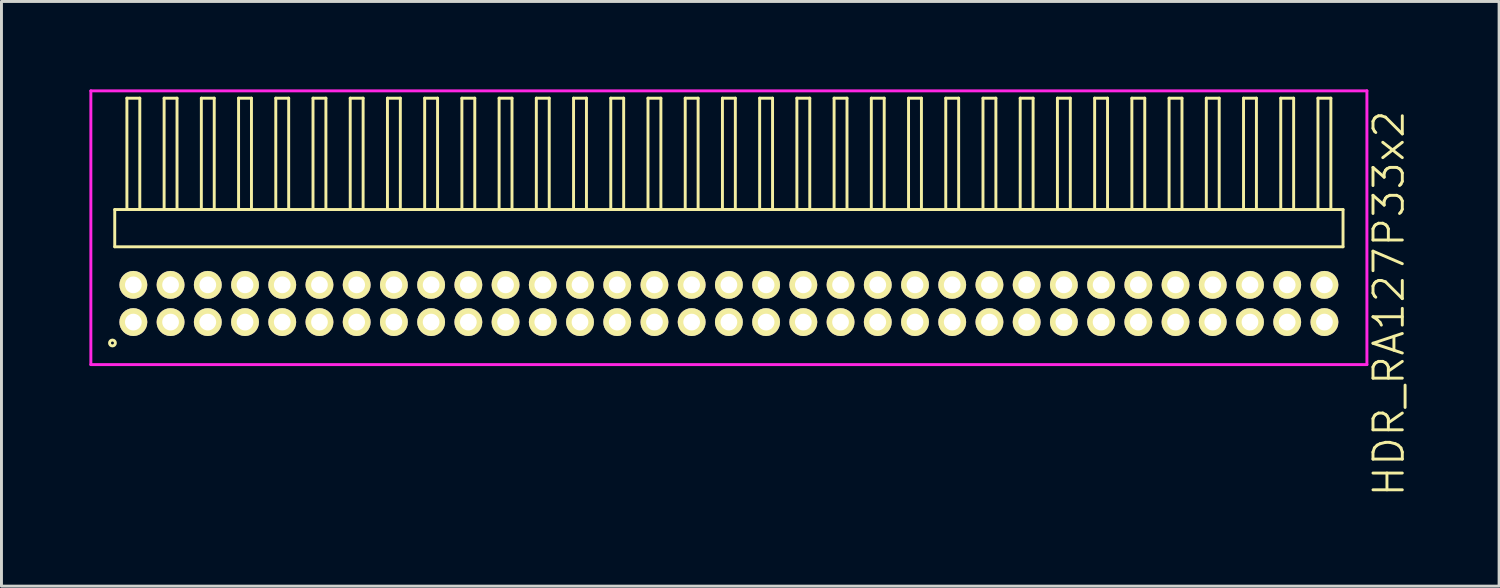
<source format=kicad_pcb>
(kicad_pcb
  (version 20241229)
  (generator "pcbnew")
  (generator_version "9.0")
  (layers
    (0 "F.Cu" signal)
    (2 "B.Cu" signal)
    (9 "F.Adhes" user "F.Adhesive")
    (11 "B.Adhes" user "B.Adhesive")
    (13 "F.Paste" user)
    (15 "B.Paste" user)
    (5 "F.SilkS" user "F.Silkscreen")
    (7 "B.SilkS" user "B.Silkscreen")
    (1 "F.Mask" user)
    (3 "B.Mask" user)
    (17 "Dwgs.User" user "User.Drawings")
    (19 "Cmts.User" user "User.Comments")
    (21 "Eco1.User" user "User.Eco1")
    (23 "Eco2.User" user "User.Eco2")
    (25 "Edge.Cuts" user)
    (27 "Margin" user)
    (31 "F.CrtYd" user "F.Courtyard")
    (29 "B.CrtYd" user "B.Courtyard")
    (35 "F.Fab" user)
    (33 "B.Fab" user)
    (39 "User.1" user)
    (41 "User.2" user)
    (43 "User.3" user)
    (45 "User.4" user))
  (footprint "HDR_RA127P33x2"
    (layer "F.Cu")
    (at 21.82 7.305)
    (property "Reference" "HDR_RA127P33x2" (at 22.52 0 90) (layer "F.SilkS") (effects (font (size 1 1) (thickness 0.1))))
    (attr through_hole)
    (fp_line (start -20.955 -3.205) (end -20.955 -1.935) (stroke (width 0.1) (type solid)) (layer "F.SilkS"))
    (fp_line (start -20.955 -1.935) (end 20.955 -1.935) (stroke (width 0.1) (type solid)) (layer "F.SilkS"))
    (fp_line (start -20.54 -7.005) (end -20.54 -3.205) (stroke (width 0.1) (type solid)) (layer "F.SilkS"))
    (fp_line (start -20.54 -3.205) (end -20.1 -3.205) (stroke (width 0.1) (type solid)) (layer "F.SilkS"))
    (fp_line (start -20.1 -7.005) (end -20.54 -7.005) (stroke (width 0.1) (type solid)) (layer "F.SilkS"))
    (fp_line (start -20.1 -3.205) (end -20.1 -7.005) (stroke (width 0.1) (type solid)) (layer "F.SilkS"))
    (fp_line (start -19.27 -7.005) (end -19.27 -3.205) (stroke (width 0.1) (type solid)) (layer "F.SilkS"))
    (fp_line (start -19.27 -3.205) (end -18.83 -3.205) (stroke (width 0.1) (type solid)) (layer "F.SilkS"))
    (fp_line (start -18.83 -7.005) (end -19.27 -7.005) (stroke (width 0.1) (type solid)) (layer "F.SilkS"))
    (fp_line (start -18.83 -3.205) (end -18.83 -7.005) (stroke (width 0.1) (type solid)) (layer "F.SilkS"))
    (fp_line (start -18 -7.005) (end -18 -3.205) (stroke (width 0.1) (type solid)) (layer "F.SilkS"))
    (fp_line (start -18 -3.205) (end -17.56 -3.205) (stroke (width 0.1) (type solid)) (layer "F.SilkS"))
    (fp_line (start -17.56 -7.005) (end -18 -7.005) (stroke (width 0.1) (type solid)) (layer "F.SilkS"))
    (fp_line (start -17.56 -3.205) (end -17.56 -7.005) (stroke (width 0.1) (type solid)) (layer "F.SilkS"))
    (fp_line (start -16.73 -7.005) (end -16.73 -3.205) (stroke (width 0.1) (type solid)) (layer "F.SilkS"))
    (fp_line (start -16.73 -3.205) (end -16.29 -3.205) (stroke (width 0.1) (type solid)) (layer "F.SilkS"))
    (fp_line (start -16.29 -7.005) (end -16.73 -7.005) (stroke (width 0.1) (type solid)) (layer "F.SilkS"))
    (fp_line (start -16.29 -3.205) (end -16.29 -7.005) (stroke (width 0.1) (type solid)) (layer "F.SilkS"))
    (fp_line (start -15.46 -7.005) (end -15.46 -3.205) (stroke (width 0.1) (type solid)) (layer "F.SilkS"))
    (fp_line (start -15.46 -3.205) (end -15.02 -3.205) (stroke (width 0.1) (type solid)) (layer "F.SilkS"))
    (fp_line (start -15.02 -7.005) (end -15.46 -7.005) (stroke (width 0.1) (type solid)) (layer "F.SilkS"))
    (fp_line (start -15.02 -3.205) (end -15.02 -7.005) (stroke (width 0.1) (type solid)) (layer "F.SilkS"))
    (fp_line (start -14.19 -7.005) (end -14.19 -3.205) (stroke (width 0.1) (type solid)) (layer "F.SilkS"))
    (fp_line (start -14.19 -3.205) (end -13.75 -3.205) (stroke (width 0.1) (type solid)) (layer "F.SilkS"))
    (fp_line (start -13.75 -7.005) (end -14.19 -7.005) (stroke (width 0.1) (type solid)) (layer "F.SilkS"))
    (fp_line (start -13.75 -3.205) (end -13.75 -7.005) (stroke (width 0.1) (type solid)) (layer "F.SilkS"))
    (fp_line (start -12.92 -7.005) (end -12.92 -3.205) (stroke (width 0.1) (type solid)) (layer "F.SilkS"))
    (fp_line (start -12.92 -3.205) (end -12.48 -3.205) (stroke (width 0.1) (type solid)) (layer "F.SilkS"))
    (fp_line (start -12.48 -7.005) (end -12.92 -7.005) (stroke (width 0.1) (type solid)) (layer "F.SilkS"))
    (fp_line (start -12.48 -3.205) (end -12.48 -7.005) (stroke (width 0.1) (type solid)) (layer "F.SilkS"))
    (fp_line (start -11.65 -7.005) (end -11.65 -3.205) (stroke (width 0.1) (type solid)) (layer "F.SilkS"))
    (fp_line (start -11.65 -3.205) (end -11.21 -3.205) (stroke (width 0.1) (type solid)) (layer "F.SilkS"))
    (fp_line (start -11.21 -7.005) (end -11.65 -7.005) (stroke (width 0.1) (type solid)) (layer "F.SilkS"))
    (fp_line (start -11.21 -3.205) (end -11.21 -7.005) (stroke (width 0.1) (type solid)) (layer "F.SilkS"))
    (fp_line (start -10.38 -7.005) (end -10.38 -3.205) (stroke (width 0.1) (type solid)) (layer "F.SilkS"))
    (fp_line (start -10.38 -3.205) (end -9.94 -3.205) (stroke (width 0.1) (type solid)) (layer "F.SilkS"))
    (fp_line (start -9.94 -7.005) (end -10.38 -7.005) (stroke (width 0.1) (type solid)) (layer "F.SilkS"))
    (fp_line (start -9.94 -3.205) (end -9.94 -7.005) (stroke (width 0.1) (type solid)) (layer "F.SilkS"))
    (fp_line (start -9.11 -7.005) (end -9.11 -3.205) (stroke (width 0.1) (type solid)) (layer "F.SilkS"))
    (fp_line (start -9.11 -3.205) (end -8.67 -3.205) (stroke (width 0.1) (type solid)) (layer "F.SilkS"))
    (fp_line (start -8.67 -7.005) (end -9.11 -7.005) (stroke (width 0.1) (type solid)) (layer "F.SilkS"))
    (fp_line (start -8.67 -3.205) (end -8.67 -7.005) (stroke (width 0.1) (type solid)) (layer "F.SilkS"))
    (fp_line (start -7.84 -7.005) (end -7.84 -3.205) (stroke (width 0.1) (type solid)) (layer "F.SilkS"))
    (fp_line (start -7.84 -3.205) (end -7.4 -3.205) (stroke (width 0.1) (type solid)) (layer "F.SilkS"))
    (fp_line (start -7.4 -7.005) (end -7.84 -7.005) (stroke (width 0.1) (type solid)) (layer "F.SilkS"))
    (fp_line (start -7.4 -3.205) (end -7.4 -7.005) (stroke (width 0.1) (type solid)) (layer "F.SilkS"))
    (fp_line (start -6.57 -7.005) (end -6.57 -3.205) (stroke (width 0.1) (type solid)) (layer "F.SilkS"))
    (fp_line (start -6.57 -3.205) (end -6.13 -3.205) (stroke (width 0.1) (type solid)) (layer "F.SilkS"))
    (fp_line (start -6.13 -7.005) (end -6.57 -7.005) (stroke (width 0.1) (type solid)) (layer "F.SilkS"))
    (fp_line (start -6.13 -3.205) (end -6.13 -7.005) (stroke (width 0.1) (type solid)) (layer "F.SilkS"))
    (fp_line (start -5.3 -7.005) (end -5.3 -3.205) (stroke (width 0.1) (type solid)) (layer "F.SilkS"))
    (fp_line (start -5.3 -3.205) (end -4.86 -3.205) (stroke (width 0.1) (type solid)) (layer "F.SilkS"))
    (fp_line (start -4.86 -7.005) (end -5.3 -7.005) (stroke (width 0.1) (type solid)) (layer "F.SilkS"))
    (fp_line (start -4.86 -3.205) (end -4.86 -7.005) (stroke (width 0.1) (type solid)) (layer "F.SilkS"))
    (fp_line (start -4.03 -7.005) (end -4.03 -3.205) (stroke (width 0.1) (type solid)) (layer "F.SilkS"))
    (fp_line (start -4.03 -3.205) (end -3.59 -3.205) (stroke (width 0.1) (type solid)) (layer "F.SilkS"))
    (fp_line (start -3.59 -7.005) (end -4.03 -7.005) (stroke (width 0.1) (type solid)) (layer "F.SilkS"))
    (fp_line (start -3.59 -3.205) (end -3.59 -7.005) (stroke (width 0.1) (type solid)) (layer "F.SilkS"))
    (fp_line (start -2.76 -7.005) (end -2.76 -3.205) (stroke (width 0.1) (type solid)) (layer "F.SilkS"))
    (fp_line (start -2.76 -3.205) (end -2.32 -3.205) (stroke (width 0.1) (type solid)) (layer "F.SilkS"))
    (fp_line (start -2.32 -7.005) (end -2.76 -7.005) (stroke (width 0.1) (type solid)) (layer "F.SilkS"))
    (fp_line (start -2.32 -3.205) (end -2.32 -7.005) (stroke (width 0.1) (type solid)) (layer "F.SilkS"))
    (fp_line (start -1.49 -7.005) (end -1.49 -3.205) (stroke (width 0.1) (type solid)) (layer "F.SilkS"))
    (fp_line (start -1.49 -3.205) (end -1.05 -3.205) (stroke (width 0.1) (type solid)) (layer "F.SilkS"))
    (fp_line (start -1.05 -7.005) (end -1.49 -7.005) (stroke (width 0.1) (type solid)) (layer "F.SilkS"))
    (fp_line (start -1.05 -3.205) (end -1.05 -7.005) (stroke (width 0.1) (type solid)) (layer "F.SilkS"))
    (fp_line (start -0.22 -7.005) (end -0.22 -3.205) (stroke (width 0.1) (type solid)) (layer "F.SilkS"))
    (fp_line (start -0.22 -3.205) (end 0.22 -3.205) (stroke (width 0.1) (type solid)) (layer "F.SilkS"))
    (fp_line (start 0.22 -7.005) (end -0.22 -7.005) (stroke (width 0.1) (type solid)) (layer "F.SilkS"))
    (fp_line (start 0.22 -3.205) (end 0.22 -7.005) (stroke (width 0.1) (type solid)) (layer "F.SilkS"))
    (fp_line (start 1.05 -7.005) (end 1.05 -3.205) (stroke (width 0.1) (type solid)) (layer "F.SilkS"))
    (fp_line (start 1.05 -3.205) (end 1.49 -3.205) (stroke (width 0.1) (type solid)) (layer "F.SilkS"))
    (fp_line (start 1.49 -7.005) (end 1.05 -7.005) (stroke (width 0.1) (type solid)) (layer "F.SilkS"))
    (fp_line (start 1.49 -3.205) (end 1.49 -7.005) (stroke (width 0.1) (type solid)) (layer "F.SilkS"))
    (fp_line (start 2.32 -7.005) (end 2.32 -3.205) (stroke (width 0.1) (type solid)) (layer "F.SilkS"))
    (fp_line (start 2.32 -3.205) (end 2.76 -3.205) (stroke (width 0.1) (type solid)) (layer "F.SilkS"))
    (fp_line (start 2.76 -7.005) (end 2.32 -7.005) (stroke (width 0.1) (type solid)) (layer "F.SilkS"))
    (fp_line (start 2.76 -3.205) (end 2.76 -7.005) (stroke (width 0.1) (type solid)) (layer "F.SilkS"))
    (fp_line (start 3.59 -7.005) (end 3.59 -3.205) (stroke (width 0.1) (type solid)) (layer "F.SilkS"))
    (fp_line (start 3.59 -3.205) (end 4.03 -3.205) (stroke (width 0.1) (type solid)) (layer "F.SilkS"))
    (fp_line (start 4.03 -7.005) (end 3.59 -7.005) (stroke (width 0.1) (type solid)) (layer "F.SilkS"))
    (fp_line (start 4.03 -3.205) (end 4.03 -7.005) (stroke (width 0.1) (type solid)) (layer "F.SilkS"))
    (fp_line (start 4.86 -7.005) (end 4.86 -3.205) (stroke (width 0.1) (type solid)) (layer "F.SilkS"))
    (fp_line (start 4.86 -3.205) (end 5.3 -3.205) (stroke (width 0.1) (type solid)) (layer "F.SilkS"))
    (fp_line (start 5.3 -7.005) (end 4.86 -7.005) (stroke (width 0.1) (type solid)) (layer "F.SilkS"))
    (fp_line (start 5.3 -3.205) (end 5.3 -7.005) (stroke (width 0.1) (type solid)) (layer "F.SilkS"))
    (fp_line (start 6.13 -7.005) (end 6.13 -3.205) (stroke (width 0.1) (type solid)) (layer "F.SilkS"))
    (fp_line (start 6.13 -3.205) (end 6.57 -3.205) (stroke (width 0.1) (type solid)) (layer "F.SilkS"))
    (fp_line (start 6.57 -7.005) (end 6.13 -7.005) (stroke (width 0.1) (type solid)) (layer "F.SilkS"))
    (fp_line (start 6.57 -3.205) (end 6.57 -7.005) (stroke (width 0.1) (type solid)) (layer "F.SilkS"))
    (fp_line (start 7.4 -7.005) (end 7.4 -3.205) (stroke (width 0.1) (type solid)) (layer "F.SilkS"))
    (fp_line (start 7.4 -3.205) (end 7.84 -3.205) (stroke (width 0.1) (type solid)) (layer "F.SilkS"))
    (fp_line (start 7.84 -7.005) (end 7.4 -7.005) (stroke (width 0.1) (type solid)) (layer "F.SilkS"))
    (fp_line (start 7.84 -3.205) (end 7.84 -7.005) (stroke (width 0.1) (type solid)) (layer "F.SilkS"))
    (fp_line (start 8.67 -7.005) (end 8.67 -3.205) (stroke (width 0.1) (type solid)) (layer "F.SilkS"))
    (fp_line (start 8.67 -3.205) (end 9.11 -3.205) (stroke (width 0.1) (type solid)) (layer "F.SilkS"))
    (fp_line (start 9.11 -7.005) (end 8.67 -7.005) (stroke (width 0.1) (type solid)) (layer "F.SilkS"))
    (fp_line (start 9.11 -3.205) (end 9.11 -7.005) (stroke (width 0.1) (type solid)) (layer "F.SilkS"))
    (fp_line (start 9.94 -7.005) (end 9.94 -3.205) (stroke (width 0.1) (type solid)) (layer "F.SilkS"))
    (fp_line (start 9.94 -3.205) (end 10.38 -3.205) (stroke (width 0.1) (type solid)) (layer "F.SilkS"))
    (fp_line (start 10.38 -7.005) (end 9.94 -7.005) (stroke (width 0.1) (type solid)) (layer "F.SilkS"))
    (fp_line (start 10.38 -3.205) (end 10.38 -7.005) (stroke (width 0.1) (type solid)) (layer "F.SilkS"))
    (fp_line (start 11.21 -7.005) (end 11.21 -3.205) (stroke (width 0.1) (type solid)) (layer "F.SilkS"))
    (fp_line (start 11.21 -3.205) (end 11.65 -3.205) (stroke (width 0.1) (type solid)) (layer "F.SilkS"))
    (fp_line (start 11.65 -7.005) (end 11.21 -7.005) (stroke (width 0.1) (type solid)) (layer "F.SilkS"))
    (fp_line (start 11.65 -3.205) (end 11.65 -7.005) (stroke (width 0.1) (type solid)) (layer "F.SilkS"))
    (fp_line (start 12.48 -7.005) (end 12.48 -3.205) (stroke (width 0.1) (type solid)) (layer "F.SilkS"))
    (fp_line (start 12.48 -3.205) (end 12.92 -3.205) (stroke (width 0.1) (type solid)) (layer "F.SilkS"))
    (fp_line (start 12.92 -7.005) (end 12.48 -7.005) (stroke (width 0.1) (type solid)) (layer "F.SilkS"))
    (fp_line (start 12.92 -3.205) (end 12.92 -7.005) (stroke (width 0.1) (type solid)) (layer "F.SilkS"))
    (fp_line (start 13.75 -7.005) (end 13.75 -3.205) (stroke (width 0.1) (type solid)) (layer "F.SilkS"))
    (fp_line (start 13.75 -3.205) (end 14.19 -3.205) (stroke (width 0.1) (type solid)) (layer "F.SilkS"))
    (fp_line (start 14.19 -7.005) (end 13.75 -7.005) (stroke (width 0.1) (type solid)) (layer "F.SilkS"))
    (fp_line (start 14.19 -3.205) (end 14.19 -7.005) (stroke (width 0.1) (type solid)) (layer "F.SilkS"))
    (fp_line (start 15.02 -7.005) (end 15.02 -3.205) (stroke (width 0.1) (type solid)) (layer "F.SilkS"))
    (fp_line (start 15.02 -3.205) (end 15.46 -3.205) (stroke (width 0.1) (type solid)) (layer "F.SilkS"))
    (fp_line (start 15.46 -7.005) (end 15.02 -7.005) (stroke (width 0.1) (type solid)) (layer "F.SilkS"))
    (fp_line (start 15.46 -3.205) (end 15.46 -7.005) (stroke (width 0.1) (type solid)) (layer "F.SilkS"))
    (fp_line (start 16.29 -7.005) (end 16.29 -3.205) (stroke (width 0.1) (type solid)) (layer "F.SilkS"))
    (fp_line (start 16.29 -3.205) (end 16.73 -3.205) (stroke (width 0.1) (type solid)) (layer "F.SilkS"))
    (fp_line (start 16.73 -7.005) (end 16.29 -7.005) (stroke (width 0.1) (type solid)) (layer "F.SilkS"))
    (fp_line (start 16.73 -3.205) (end 16.73 -7.005) (stroke (width 0.1) (type solid)) (layer "F.SilkS"))
    (fp_line (start 17.56 -7.005) (end 17.56 -3.205) (stroke (width 0.1) (type solid)) (layer "F.SilkS"))
    (fp_line (start 17.56 -3.205) (end 18 -3.205) (stroke (width 0.1) (type solid)) (layer "F.SilkS"))
    (fp_line (start 18 -7.005) (end 17.56 -7.005) (stroke (width 0.1) (type solid)) (layer "F.SilkS"))
    (fp_line (start 18 -3.205) (end 18 -7.005) (stroke (width 0.1) (type solid)) (layer "F.SilkS"))
    (fp_line (start 18.83 -7.005) (end 18.83 -3.205) (stroke (width 0.1) (type solid)) (layer "F.SilkS"))
    (fp_line (start 18.83 -3.205) (end 19.27 -3.205) (stroke (width 0.1) (type solid)) (layer "F.SilkS"))
    (fp_line (start 19.27 -7.005) (end 18.83 -7.005) (stroke (width 0.1) (type solid)) (layer "F.SilkS"))
    (fp_line (start 19.27 -3.205) (end 19.27 -7.005) (stroke (width 0.1) (type solid)) (layer "F.SilkS"))
    (fp_line (start 20.1 -7.005) (end 20.1 -3.205) (stroke (width 0.1) (type solid)) (layer "F.SilkS"))
    (fp_line (start 20.1 -3.205) (end 20.54 -3.205) (stroke (width 0.1) (type solid)) (layer "F.SilkS"))
    (fp_line (start 20.54 -7.005) (end 20.1 -7.005) (stroke (width 0.1) (type solid)) (layer "F.SilkS"))
    (fp_line (start 20.54 -3.205) (end 20.54 -7.005) (stroke (width 0.1) (type solid)) (layer "F.SilkS"))
    (fp_line (start 20.955 -3.205) (end -20.955 -3.205) (stroke (width 0.1) (type solid)) (layer "F.SilkS"))
    (fp_line (start 20.955 -1.935) (end 20.955 -3.205) (stroke (width 0.1) (type solid)) (layer "F.SilkS"))
    (fp_circle (center -21.033 1.348) (end -20.933 1.348) (stroke (width 0.1) (type solid)) (fill no) (layer "F.SilkS"))
    (fp_line (start -21.77 -7.255) (end -21.77 2.085) (stroke (width 0.1) (type solid)) (layer "F.CrtYd"))
    (fp_line (start -21.77 2.085) (end 21.77 2.085) (stroke (width 0.1) (type solid)) (layer "F.CrtYd"))
    (fp_line (start 21.77 -7.255) (end -21.77 -7.255) (stroke (width 0.1) (type solid)) (layer "F.CrtYd"))
    (fp_line (start 21.77 2.085) (end 21.77 -7.255) (stroke (width 0.1) (type solid)) (layer "F.CrtYd"))
    (pad "1" thru_hole oval (at -20.32 0.635) (size 0.95 0.95) (drill 0.57) (layers "*.Cu" "*.Mask" "F.SilkS"))
    (pad "2" thru_hole oval (at -20.32 -0.635) (size 0.95 0.95) (drill 0.57) (layers "*.Cu" "*.Mask" "F.SilkS"))
    (pad "3" thru_hole oval (at -19.05 0.635) (size 0.95 0.95) (drill 0.57) (layers "*.Cu" "*.Mask" "F.SilkS"))
    (pad "4" thru_hole oval (at -19.05 -0.635) (size 0.95 0.95) (drill 0.57) (layers "*.Cu" "*.Mask" "F.SilkS"))
    (pad "5" thru_hole oval (at -17.78 0.635) (size 0.95 0.95) (drill 0.57) (layers "*.Cu" "*.Mask" "F.SilkS"))
    (pad "6" thru_hole oval (at -17.78 -0.635) (size 0.95 0.95) (drill 0.57) (layers "*.Cu" "*.Mask" "F.SilkS"))
    (pad "7" thru_hole oval (at -16.51 0.635) (size 0.95 0.95) (drill 0.57) (layers "*.Cu" "*.Mask" "F.SilkS"))
    (pad "8" thru_hole oval (at -16.51 -0.635) (size 0.95 0.95) (drill 0.57) (layers "*.Cu" "*.Mask" "F.SilkS"))
    (pad "9" thru_hole oval (at -15.24 0.635) (size 0.95 0.95) (drill 0.57) (layers "*.Cu" "*.Mask" "F.SilkS"))
    (pad "10" thru_hole oval (at -15.24 -0.635) (size 0.95 0.95) (drill 0.57) (layers "*.Cu" "*.Mask" "F.SilkS"))
    (pad "11" thru_hole oval (at -13.97 0.635) (size 0.95 0.95) (drill 0.57) (layers "*.Cu" "*.Mask" "F.SilkS"))
    (pad "12" thru_hole oval (at -13.97 -0.635) (size 0.95 0.95) (drill 0.57) (layers "*.Cu" "*.Mask" "F.SilkS"))
    (pad "13" thru_hole oval (at -12.7 0.635) (size 0.95 0.95) (drill 0.57) (layers "*.Cu" "*.Mask" "F.SilkS"))
    (pad "14" thru_hole oval (at -12.7 -0.635) (size 0.95 0.95) (drill 0.57) (layers "*.Cu" "*.Mask" "F.SilkS"))
    (pad "15" thru_hole oval (at -11.43 0.635) (size 0.95 0.95) (drill 0.57) (layers "*.Cu" "*.Mask" "F.SilkS"))
    (pad "16" thru_hole oval (at -11.43 -0.635) (size 0.95 0.95) (drill 0.57) (layers "*.Cu" "*.Mask" "F.SilkS"))
    (pad "17" thru_hole oval (at -10.16 0.635) (size 0.95 0.95) (drill 0.57) (layers "*.Cu" "*.Mask" "F.SilkS"))
    (pad "18" thru_hole oval (at -10.16 -0.635) (size 0.95 0.95) (drill 0.57) (layers "*.Cu" "*.Mask" "F.SilkS"))
    (pad "19" thru_hole oval (at -8.89 0.635) (size 0.95 0.95) (drill 0.57) (layers "*.Cu" "*.Mask" "F.SilkS"))
    (pad "20" thru_hole oval (at -8.89 -0.635) (size 0.95 0.95) (drill 0.57) (layers "*.Cu" "*.Mask" "F.SilkS"))
    (pad "21" thru_hole oval (at -7.62 0.635) (size 0.95 0.95) (drill 0.57) (layers "*.Cu" "*.Mask" "F.SilkS"))
    (pad "22" thru_hole oval (at -7.62 -0.635) (size 0.95 0.95) (drill 0.57) (layers "*.Cu" "*.Mask" "F.SilkS"))
    (pad "23" thru_hole oval (at -6.35 0.635) (size 0.95 0.95) (drill 0.57) (layers "*.Cu" "*.Mask" "F.SilkS"))
    (pad "24" thru_hole oval (at -6.35 -0.635) (size 0.95 0.95) (drill 0.57) (layers "*.Cu" "*.Mask" "F.SilkS"))
    (pad "25" thru_hole oval (at -5.08 0.635) (size 0.95 0.95) (drill 0.57) (layers "*.Cu" "*.Mask" "F.SilkS"))
    (pad "26" thru_hole oval (at -5.08 -0.635) (size 0.95 0.95) (drill 0.57) (layers "*.Cu" "*.Mask" "F.SilkS"))
    (pad "27" thru_hole oval (at -3.81 0.635) (size 0.95 0.95) (drill 0.57) (layers "*.Cu" "*.Mask" "F.SilkS"))
    (pad "28" thru_hole oval (at -3.81 -0.635) (size 0.95 0.95) (drill 0.57) (layers "*.Cu" "*.Mask" "F.SilkS"))
    (pad "29" thru_hole oval (at -2.54 0.635) (size 0.95 0.95) (drill 0.57) (layers "*.Cu" "*.Mask" "F.SilkS"))
    (pad "30" thru_hole oval (at -2.54 -0.635) (size 0.95 0.95) (drill 0.57) (layers "*.Cu" "*.Mask" "F.SilkS"))
    (pad "31" thru_hole oval (at -1.27 0.635) (size 0.95 0.95) (drill 0.57) (layers "*.Cu" "*.Mask" "F.SilkS"))
    (pad "32" thru_hole oval (at -1.27 -0.635) (size 0.95 0.95) (drill 0.57) (layers "*.Cu" "*.Mask" "F.SilkS"))
    (pad "33" thru_hole oval (at 0 0.635) (size 0.95 0.95) (drill 0.57) (layers "*.Cu" "*.Mask" "F.SilkS"))
    (pad "34" thru_hole oval (at 0 -0.635) (size 0.95 0.95) (drill 0.57) (layers "*.Cu" "*.Mask" "F.SilkS"))
    (pad "35" thru_hole oval (at 1.27 0.635) (size 0.95 0.95) (drill 0.57) (layers "*.Cu" "*.Mask" "F.SilkS"))
    (pad "36" thru_hole oval (at 1.27 -0.635) (size 0.95 0.95) (drill 0.57) (layers "*.Cu" "*.Mask" "F.SilkS"))
    (pad "37" thru_hole oval (at 2.54 0.635) (size 0.95 0.95) (drill 0.57) (layers "*.Cu" "*.Mask" "F.SilkS"))
    (pad "38" thru_hole oval (at 2.54 -0.635) (size 0.95 0.95) (drill 0.57) (layers "*.Cu" "*.Mask" "F.SilkS"))
    (pad "39" thru_hole oval (at 3.81 0.635) (size 0.95 0.95) (drill 0.57) (layers "*.Cu" "*.Mask" "F.SilkS"))
    (pad "40" thru_hole oval (at 3.81 -0.635) (size 0.95 0.95) (drill 0.57) (layers "*.Cu" "*.Mask" "F.SilkS"))
    (pad "41" thru_hole oval (at 5.08 0.635) (size 0.95 0.95) (drill 0.57) (layers "*.Cu" "*.Mask" "F.SilkS"))
    (pad "42" thru_hole oval (at 5.08 -0.635) (size 0.95 0.95) (drill 0.57) (layers "*.Cu" "*.Mask" "F.SilkS"))
    (pad "43" thru_hole oval (at 6.35 0.635) (size 0.95 0.95) (drill 0.57) (layers "*.Cu" "*.Mask" "F.SilkS"))
    (pad "44" thru_hole oval (at 6.35 -0.635) (size 0.95 0.95) (drill 0.57) (layers "*.Cu" "*.Mask" "F.SilkS"))
    (pad "45" thru_hole oval (at 7.62 0.635) (size 0.95 0.95) (drill 0.57) (layers "*.Cu" "*.Mask" "F.SilkS"))
    (pad "46" thru_hole oval (at 7.62 -0.635) (size 0.95 0.95) (drill 0.57) (layers "*.Cu" "*.Mask" "F.SilkS"))
    (pad "47" thru_hole oval (at 8.89 0.635) (size 0.95 0.95) (drill 0.57) (layers "*.Cu" "*.Mask" "F.SilkS"))
    (pad "48" thru_hole oval (at 8.89 -0.635) (size 0.95 0.95) (drill 0.57) (layers "*.Cu" "*.Mask" "F.SilkS"))
    (pad "49" thru_hole oval (at 10.16 0.635) (size 0.95 0.95) (drill 0.57) (layers "*.Cu" "*.Mask" "F.SilkS"))
    (pad "50" thru_hole oval (at 10.16 -0.635) (size 0.95 0.95) (drill 0.57) (layers "*.Cu" "*.Mask" "F.SilkS"))
    (pad "51" thru_hole oval (at 11.43 0.635) (size 0.95 0.95) (drill 0.57) (layers "*.Cu" "*.Mask" "F.SilkS"))
    (pad "52" thru_hole oval (at 11.43 -0.635) (size 0.95 0.95) (drill 0.57) (layers "*.Cu" "*.Mask" "F.SilkS"))
    (pad "53" thru_hole oval (at 12.7 0.635) (size 0.95 0.95) (drill 0.57) (layers "*.Cu" "*.Mask" "F.SilkS"))
    (pad "54" thru_hole oval (at 12.7 -0.635) (size 0.95 0.95) (drill 0.57) (layers "*.Cu" "*.Mask" "F.SilkS"))
    (pad "55" thru_hole oval (at 13.97 0.635) (size 0.95 0.95) (drill 0.57) (layers "*.Cu" "*.Mask" "F.SilkS"))
    (pad "56" thru_hole oval (at 13.97 -0.635) (size 0.95 0.95) (drill 0.57) (layers "*.Cu" "*.Mask" "F.SilkS"))
    (pad "57" thru_hole oval (at 15.24 0.635) (size 0.95 0.95) (drill 0.57) (layers "*.Cu" "*.Mask" "F.SilkS"))
    (pad "58" thru_hole oval (at 15.24 -0.635) (size 0.95 0.95) (drill 0.57) (layers "*.Cu" "*.Mask" "F.SilkS"))
    (pad "59" thru_hole oval (at 16.51 0.635) (size 0.95 0.95) (drill 0.57) (layers "*.Cu" "*.Mask" "F.SilkS"))
    (pad "60" thru_hole oval (at 16.51 -0.635) (size 0.95 0.95) (drill 0.57) (layers "*.Cu" "*.Mask" "F.SilkS"))
    (pad "61" thru_hole oval (at 17.78 0.635) (size 0.95 0.95) (drill 0.57) (layers "*.Cu" "*.Mask" "F.SilkS"))
    (pad "62" thru_hole oval (at 17.78 -0.635) (size 0.95 0.95) (drill 0.57) (layers "*.Cu" "*.Mask" "F.SilkS"))
    (pad "63" thru_hole oval (at 19.05 0.635) (size 0.95 0.95) (drill 0.57) (layers "*.Cu" "*.Mask" "F.SilkS"))
    (pad "64" thru_hole oval (at 19.05 -0.635) (size 0.95 0.95) (drill 0.57) (layers "*.Cu" "*.Mask" "F.SilkS"))
    (pad "65" thru_hole oval (at 20.32 0.635) (size 0.95 0.95) (drill 0.57) (layers "*.Cu" "*.Mask" "F.SilkS"))
    (pad "66" thru_hole oval (at 20.32 -0.635) (size 0.95 0.95) (drill 0.57) (layers "*.Cu" "*.Mask" "F.SilkS")))
  (gr_rect
    (start -3 -3)
    (end 48.1 16.95)
    (stroke (width 0.1) (type default))
    (fill no)
    (layer "Edge.Cuts")))
</source>
